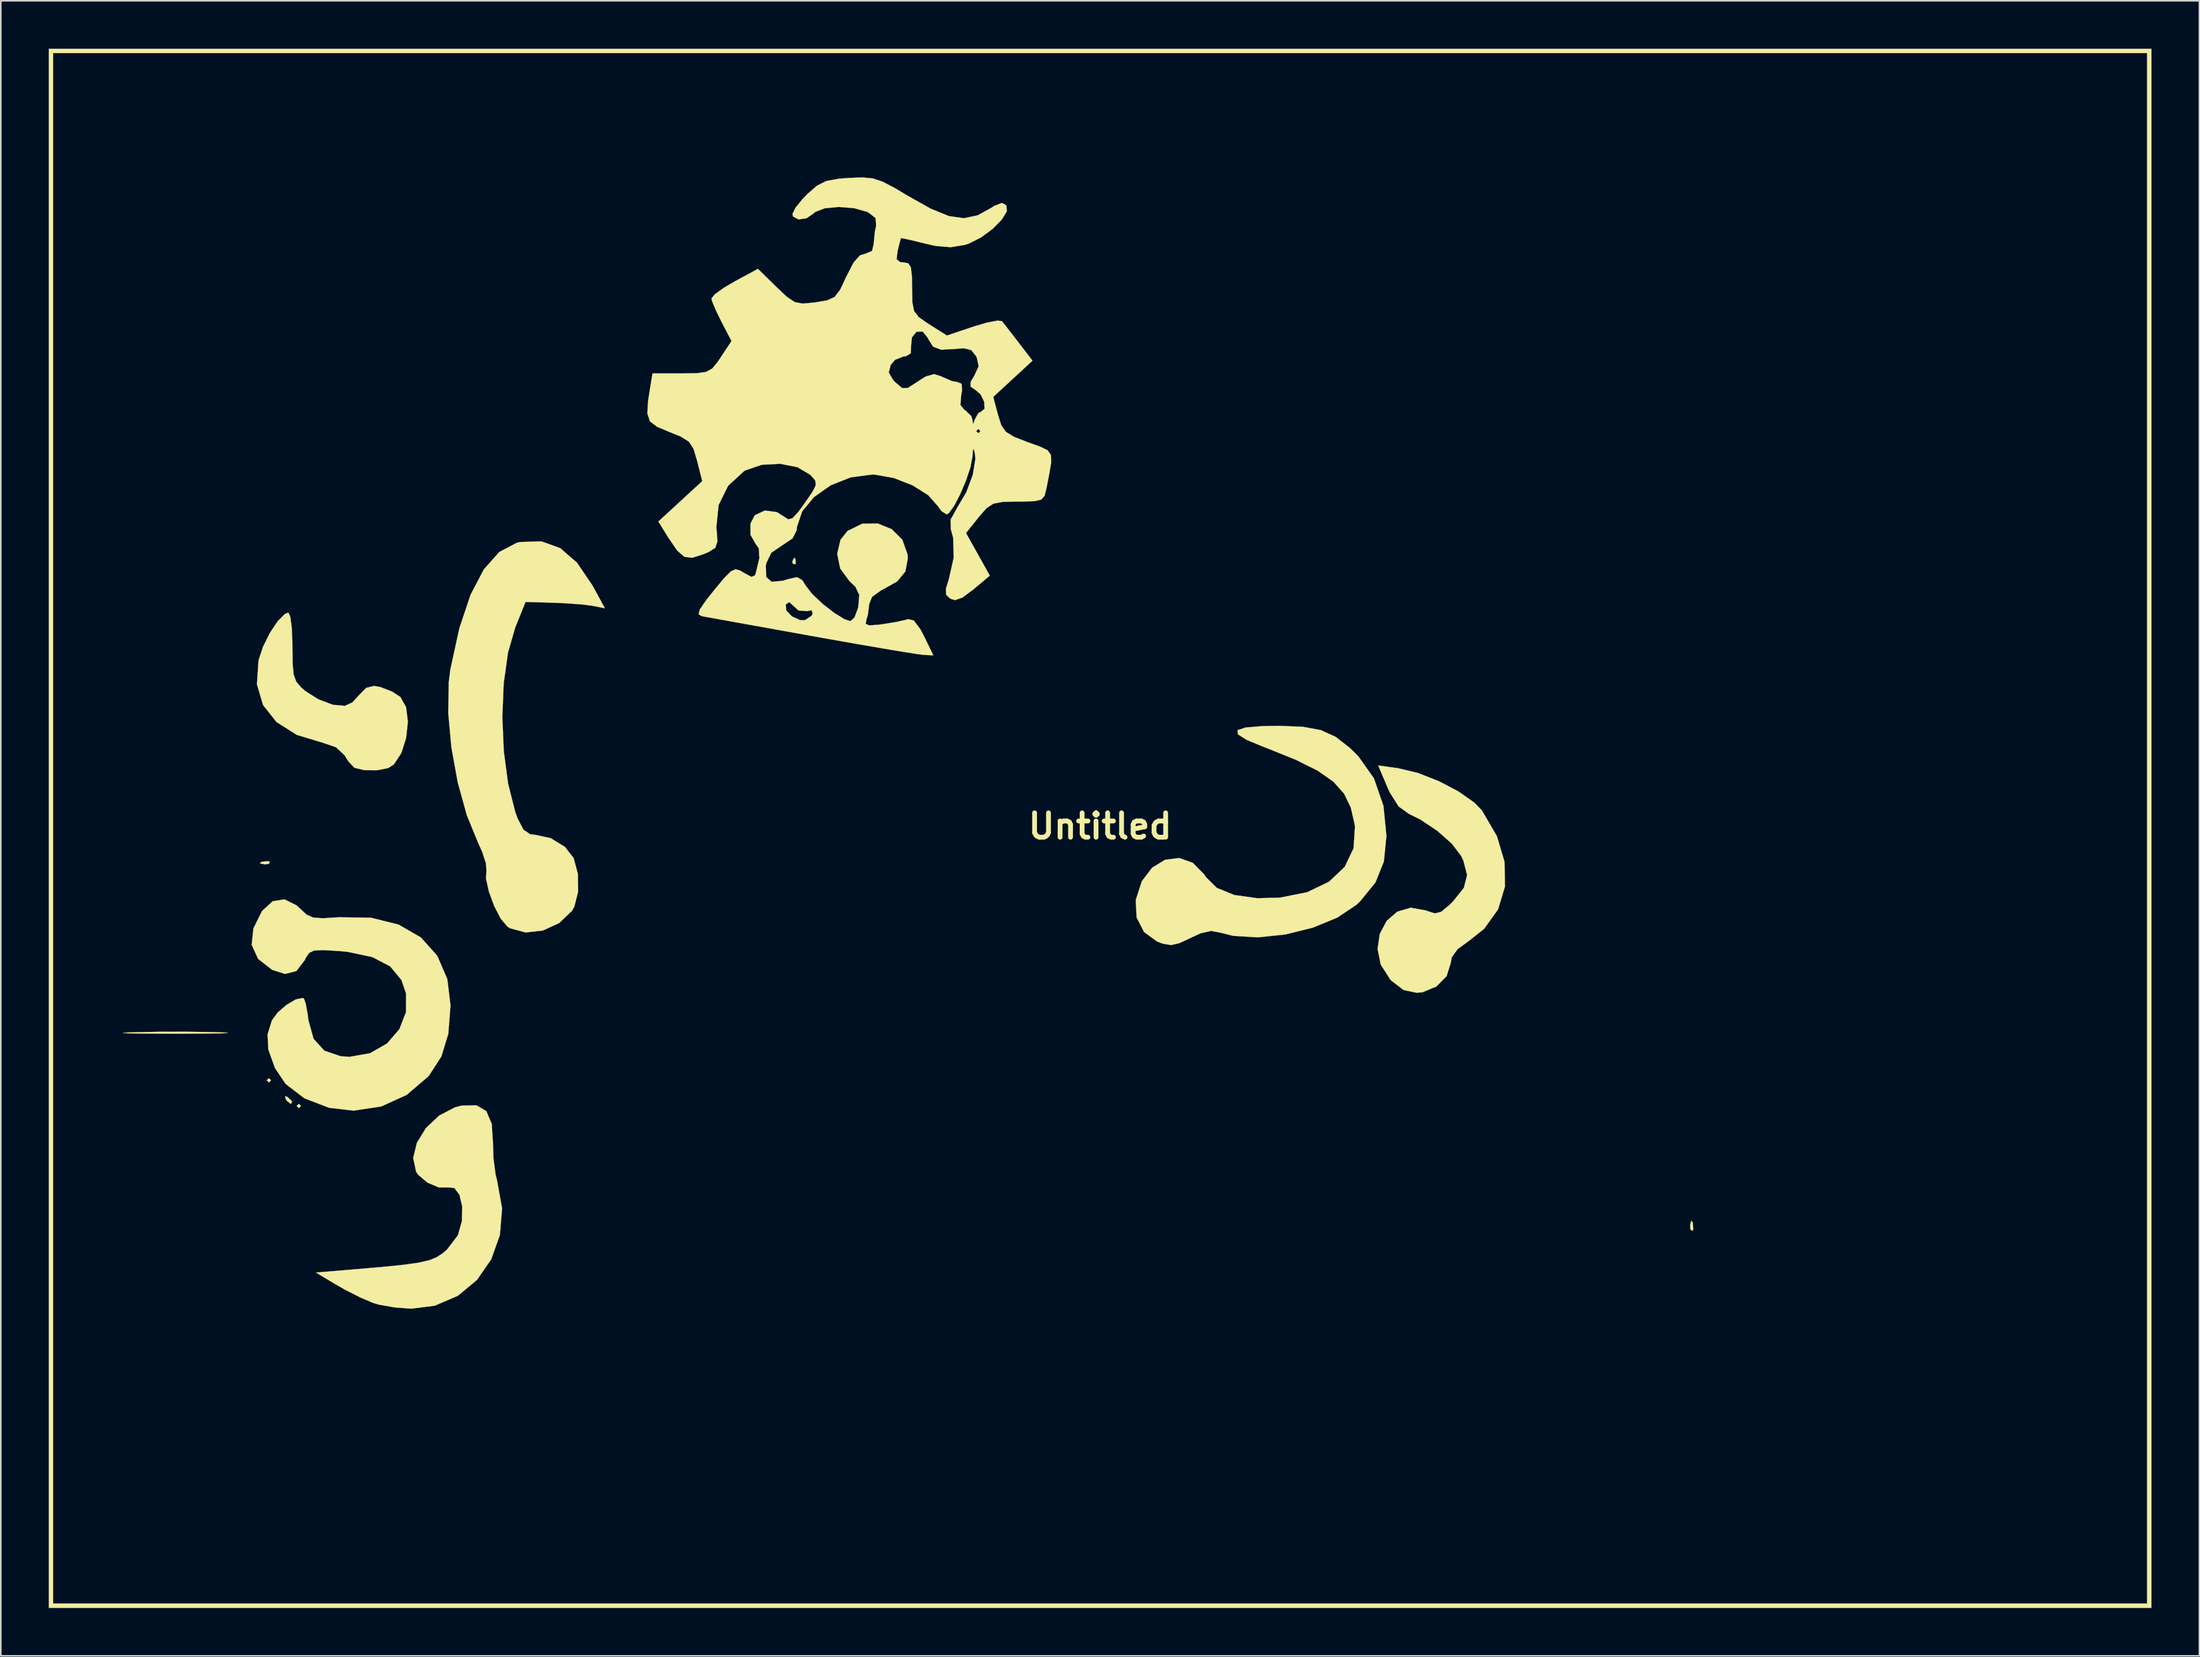
<source format=kicad_pcb>
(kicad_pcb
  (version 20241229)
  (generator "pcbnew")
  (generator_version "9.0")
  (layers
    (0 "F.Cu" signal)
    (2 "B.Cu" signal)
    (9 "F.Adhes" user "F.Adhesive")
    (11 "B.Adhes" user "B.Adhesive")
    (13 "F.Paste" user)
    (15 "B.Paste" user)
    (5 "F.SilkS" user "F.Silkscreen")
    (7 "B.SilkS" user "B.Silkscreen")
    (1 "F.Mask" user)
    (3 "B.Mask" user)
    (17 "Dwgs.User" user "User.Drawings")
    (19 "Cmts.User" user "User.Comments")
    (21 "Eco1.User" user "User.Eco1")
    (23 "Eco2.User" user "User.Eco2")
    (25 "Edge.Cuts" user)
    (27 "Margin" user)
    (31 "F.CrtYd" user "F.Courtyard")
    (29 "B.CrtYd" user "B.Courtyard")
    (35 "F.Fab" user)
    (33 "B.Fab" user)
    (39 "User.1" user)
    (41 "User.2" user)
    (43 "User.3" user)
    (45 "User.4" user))
  (footprint "Untitled"
    (layer "F.Cu")
    (at 65.778 48.666)
    (property "Reference" "Untitled" (at 0 0 0) (layer "F.SilkS") (effects (font (size 1.524 1.524) (thickness 0.3))))
    (attr through_hole)
    (fp_poly (pts (xy -51.869 15.908) (xy -52.003 16.042) (xy -52.137 15.908) (xy -52.003 15.775) (xy -51.869 15.908)) (stroke (width 0.01) (type solid)) (fill yes) (layer "F.SilkS"))
    (fp_poly (pts (xy -49.998 17.513) (xy -50.132 17.646) (xy -50.265 17.513) (xy -50.132 17.379) (xy -49.998 17.513)) (stroke (width 0.01) (type solid)) (fill yes) (layer "F.SilkS"))
    (fp_poly (pts (xy -51.942 2.245) (xy -52.022 2.366) (xy -52.293 2.385) (xy -52.578 2.32) (xy -52.454 2.224) (xy -52.036 2.192) (xy -51.942 2.245)) (stroke (width 0.01) (type solid)) (fill yes) (layer "F.SilkS"))
    (fp_poly (pts (xy -19.072 -16.755) (xy -19.04 -16.438) (xy -19.072 -16.399) (xy -19.231 -16.435) (xy -19.251 -16.577) (xy -19.153 -16.797) (xy -19.072 -16.755)) (stroke (width 0.01) (type solid)) (fill yes) (layer "F.SilkS"))
    (fp_poly (pts (xy 37.079 24.815) (xy 37.111 25.233) (xy 37.058 25.328) (xy 36.937 25.248) (xy 36.918 24.977) (xy 36.983 24.691) (xy 37.079 24.815)) (stroke (width 0.01) (type solid)) (fill yes) (layer "F.SilkS"))
    (fp_poly (pts (xy -50.841 16.952) (xy -50.554 17.222) (xy -50.613 17.376) (xy -50.651 17.379) (xy -50.877 17.189) (xy -50.959 17.07) (xy -50.991 16.887) (xy -50.841 16.952)) (stroke (width 0.01) (type solid)) (fill yes) (layer "F.SilkS"))
    (fp_poly (pts (xy 65.773 48.928) (xy -65.773 48.928) (xy -65.773 -48.394) (xy -65.505 -48.394) (xy -65.505 48.661) (xy 65.505 48.661) (xy 65.505 -48.394) (xy -65.505 -48.394) (xy -65.773 -48.394) (xy -65.773 -48.661) (xy 65.773 -48.661) (xy 65.773 48.928)) (stroke (width 0.01) (type solid)) (fill yes) (layer "F.SilkS"))
    (fp_poly (pts (xy -55.567 12.889) (xy -55.131 12.902) (xy -54.61 12.927) (xy -54.588 12.949) (xy -55.031 12.968) (xy -55.902 12.981) (xy -57.167 12.988) (xy -57.885 12.989) (xy -59.311 12.985) (xy -60.351 12.974) (xy -60.97 12.958) (xy -61.137 12.938) (xy -60.818 12.914) (xy -60.478 12.901) (xy -58.917 12.871) (xy -57.177 12.867) (xy -55.567 12.889)) (stroke (width 0.01) (type solid)) (fill yes) (layer "F.SilkS"))
    (fp_poly (pts (xy -50.668 -13.122) (xy -50.579 -12.469) (xy -50.535 -11.535) (xy -50.533 -11.253) (xy -50.521 -10.183) (xy -50.457 -9.499) (xy -50.297 -9.053) (xy -50 -8.699) (xy -49.723 -8.457) (xy -48.917 -7.946) (xy -48.036 -7.612) (xy -47.956 -7.595) (xy -47.253 -7.532) (xy -46.78 -7.749) (xy -46.406 -8.16) (xy -45.916 -8.658) (xy -45.43 -8.78) (xy -45.031 -8.709) (xy -44.291 -8.422) (xy -43.782 -8.092) (xy -43.421 -7.452) (xy -43.31 -6.538) (xy -43.418 -5.523) (xy -43.717 -4.578) (xy -44.178 -3.877) (xy -44.529 -3.642) (xy -45.232 -3.501) (xy -46.029 -3.506) (xy -46.633 -3.651) (xy -46.683 -3.68) (xy -47.034 -4.061) (xy -47.277 -4.447) (xy -47.807 -4.94) (xy -48.575 -5.205) (xy -50.256 -5.715) (xy -51.53 -6.519) (xy -52.371 -7.585) (xy -52.753 -8.881) (xy -52.653 -10.377) (xy -52.649 -10.393) (xy -52.367 -11.244) (xy -51.937 -12.107) (xy -51.45 -12.837) (xy -50.996 -13.29) (xy -50.786 -13.368) (xy -50.668 -13.122)) (stroke (width 0.01) (type solid)) (fill yes) (layer "F.SilkS"))
    (fp_poly (pts (xy -38.398 17.84) (xy -38.064 18.631) (xy -37.989 19.765) (xy -37.953 20.804) (xy -37.825 21.786) (xy -37.727 22.19) (xy -37.414 23.93) (xy -37.553 25.594) (xy -38.093 27.109) (xy -38.985 28.4) (xy -40.18 29.394) (xy -41.629 30.017) (xy -43.103 30.201) (xy -44.143 30.124) (xy -45.141 29.944) (xy -45.494 29.84) (xy -46.304 29.492) (xy -47.273 28.997) (xy -47.767 28.715) (xy -49.062 27.94) (xy -46.522 27.728) (xy -44.806 27.579) (xy -43.535 27.449) (xy -42.62 27.319) (xy -41.973 27.169) (xy -41.506 26.98) (xy -41.131 26.734) (xy -40.874 26.517) (xy -40.176 25.603) (xy -39.925 24.703) (xy -39.909 23.801) (xy -40.083 23.074) (xy -40.398 22.648) (xy -40.732 22.613) (xy -41.361 22.616) (xy -42.088 22.31) (xy -42.675 21.809) (xy -42.793 21.63) (xy -42.977 20.767) (xy -42.745 19.817) (xy -42.178 18.894) (xy -41.354 18.115) (xy -40.352 17.595) (xy -39.953 17.492) (xy -39.019 17.471) (xy -38.398 17.84)) (stroke (width 0.01) (type solid)) (fill yes) (layer "F.SilkS"))
    (fp_poly (pts (xy 18.66 -3.625) (xy 19.877 -3.333) (xy 21.185 -2.821) (xy 22.419 -2.175) (xy 23.412 -1.477) (xy 23.888 -0.987) (xy 24.827 0.625) (xy 25.305 2.238) (xy 25.328 3.786) (xy 24.901 5.202) (xy 24.032 6.418) (xy 23.145 7.126) (xy 22.371 7.695) (xy 22.003 8.2) (xy 21.934 8.576) (xy 21.68 9.385) (xy 21.043 10.034) (xy 20.172 10.394) (xy 19.808 10.427) (xy 18.99 10.256) (xy 18.231 9.677) (xy 18.155 9.597) (xy 17.561 8.671) (xy 17.359 7.687) (xy 17.498 6.742) (xy 17.925 5.931) (xy 18.586 5.353) (xy 19.429 5.103) (xy 20.401 5.277) (xy 20.496 5.318) (xy 20.947 5.462) (xy 21.339 5.358) (xy 21.847 4.94) (xy 22.08 4.71) (xy 22.757 3.862) (xy 22.963 3.058) (xy 22.725 2.146) (xy 22.583 1.853) (xy 22.005 1.096) (xy 21.099 0.293) (xy 20.036 -0.417) (xy 19.309 -0.778) (xy 18.67 -1.243) (xy 18.122 -2.115) (xy 17.972 -2.448) (xy 17.401 -3.801) (xy 18.66 -3.625)) (stroke (width 0.01) (type solid)) (fill yes) (layer "F.SilkS"))
    (fp_poly (pts (xy -33.778 -17.405) (xy -32.727 -16.494) (xy -31.765 -15.074) (xy -31.723 -14.999) (xy -30.985 -13.643) (xy -31.735 -13.791) (xy -32.404 -13.877) (xy -33.372 -13.951) (xy -34.216 -13.988) (xy -35.946 -14.037) (xy -36.594 -12.433) (xy -37.046 -10.861) (xy -37.314 -8.942) (xy -37.4 -6.83) (xy -37.307 -4.681) (xy -37.036 -2.647) (xy -36.59 -0.884) (xy -36.437 -0.468) (xy -36.077 0.222) (xy -35.654 0.506) (xy -35.384 0.535) (xy -34.377 0.747) (xy -33.482 1.297) (xy -32.938 1.998) (xy -32.67 3) (xy -32.658 4.094) (xy -32.894 5.037) (xy -33.036 5.289) (xy -33.841 6.063) (xy -34.866 6.531) (xy -35.946 6.653) (xy -36.915 6.388) (xy -37.083 6.283) (xy -37.498 5.792) (xy -37.908 5) (xy -38.239 4.099) (xy -38.42 3.283) (xy -38.395 2.783) (xy -38.422 2.332) (xy -38.659 1.607) (xy -38.907 1.059) (xy -39.621 -0.687) (xy -40.19 -2.742) (xy -40.587 -4.934) (xy -40.783 -7.088) (xy -40.75 -9.033) (xy -40.651 -9.809) (xy -40.088 -12.394) (xy -39.388 -14.486) (xy -38.554 -16.079) (xy -37.589 -17.165) (xy -36.498 -17.738) (xy -36.287 -17.787) (xy -34.953 -17.829) (xy -33.778 -17.405)) (stroke (width 0.01) (type solid)) (fill yes) (layer "F.SilkS"))
    (fp_poly (pts (xy 12.675 -6.224) (xy 13.809 -6.014) (xy 14.742 -5.59) (xy 15.636 -4.889) (xy 16.146 -4.388) (xy 17.132 -2.994) (xy 17.728 -1.269) (xy 17.914 0.609) (xy 17.753 2.213) (xy 17.225 3.527) (xy 16.263 4.707) (xy 16.032 4.924) (xy 14.838 5.724) (xy 13.304 6.353) (xy 11.596 6.776) (xy 9.882 6.959) (xy 8.328 6.866) (xy 7.59 6.68) (xy 6.95 6.555) (xy 6.291 6.701) (xy 5.756 6.948) (xy 4.975 7.316) (xy 4.438 7.442) (xy 3.926 7.354) (xy 3.558 7.216) (xy 2.75 6.625) (xy 2.283 5.713) (xy 2.229 4.626) (xy 2.232 4.613) (xy 2.609 3.446) (xy 3.252 2.6) (xy 4.061 2.104) (xy 4.942 1.991) (xy 5.797 2.292) (xy 6.53 3.037) (xy 6.627 3.195) (xy 7.305 3.863) (xy 8.4 4.308) (xy 9.835 4.509) (xy 11.25 4.472) (xy 12.956 4.132) (xy 14.321 3.476) (xy 15.302 2.547) (xy 15.857 1.385) (xy 15.944 0.032) (xy 15.923 -0.127) (xy 15.683 -1.171) (xy 15.263 -2.038) (xy 14.597 -2.786) (xy 13.616 -3.471) (xy 12.255 -4.151) (xy 10.446 -4.882) (xy 10.214 -4.969) (xy 9.16 -5.407) (xy 8.619 -5.751) (xy 8.594 -6.005) (xy 9.089 -6.174) (xy 10.108 -6.263) (xy 11.176 -6.281) (xy 12.675 -6.224)) (stroke (width 0.01) (type solid)) (fill yes) (layer "F.SilkS"))
    (fp_poly (pts (xy -50.256 4.966) (xy -50.015 5.196) (xy -49.638 5.543) (xy -49.231 5.721) (xy -48.63 5.762) (xy -47.669 5.703) (xy -47.629 5.7) (xy -45.613 5.73) (xy -43.891 6.16) (xy -42.5 6.962) (xy -41.471 8.109) (xy -40.841 9.574) (xy -40.641 11.219) (xy -40.78 12.997) (xy -41.217 14.423) (xy -41.987 15.611) (xy -42.033 15.664) (xy -43.384 16.819) (xy -44.98 17.545) (xy -46.71 17.806) (xy -48.236 17.628) (xy -49.788 17.033) (xy -50.962 16.128) (xy -51.628 15.132) (xy -52.038 13.986) (xy -52.088 13.038) (xy -51.817 12.158) (xy -51.454 11.661) (xy -50.904 11.187) (xy -50.33 10.847) (xy -49.896 10.751) (xy -49.808 10.795) (xy -49.697 11.124) (xy -49.577 11.792) (xy -49.53 12.161) (xy -49.208 13.309) (xy -48.538 14.052) (xy -47.507 14.403) (xy -46.954 14.436) (xy -45.675 14.211) (xy -44.617 13.605) (xy -43.845 12.714) (xy -43.426 11.636) (xy -43.422 10.468) (xy -43.719 9.617) (xy -44.421 8.772) (xy -45.533 8.193) (xy -47.087 7.864) (xy -47.646 7.812) (xy -48.606 7.755) (xy -49.174 7.783) (xy -49.491 7.933) (xy -49.696 8.243) (xy -49.761 8.382) (xy -50.282 9.065) (xy -50.996 9.25) (xy -51.799 8.993) (xy -52.681 8.305) (xy -53.081 7.427) (xy -52.976 6.409) (xy -52.969 6.389) (xy -52.434 5.31) (xy -51.771 4.7) (xy -51.029 4.579) (xy -50.256 4.966)) (stroke (width 0.01) (type solid)) (fill yes) (layer "F.SilkS"))
    (fp_poly (pts (xy -14.225 -40.548) (xy -13.608 -40.344) (xy -12.845 -39.945) (xy -12.032 -39.46) (xy -10.601 -38.655) (xy -9.466 -38.191) (xy -8.521 -38.056) (xy -7.659 -38.238) (xy -6.775 -38.724) (xy -6.625 -38.829) (xy -6.141 -39.013) (xy -5.873 -38.866) (xy -5.831 -38.496) (xy -6.152 -37.969) (xy -6.727 -37.386) (xy -7.452 -36.851) (xy -8.22 -36.464) (xy -8.447 -36.391) (xy -9.342 -36.242) (xy -10.281 -36.318) (xy -10.981 -36.477) (xy -11.775 -36.674) (xy -12.314 -36.792) (xy -12.462 -36.808) (xy -12.538 -36.547) (xy -12.667 -36.028) (xy -12.733 -35.497) (xy -12.519 -35.308) (xy -12.304 -35.293) (xy -12.002 -35.235) (xy -11.84 -34.982) (xy -11.774 -34.409) (xy -11.764 -33.692) (xy -11.748 -32.793) (xy -11.64 -32.247) (xy -11.355 -31.871) (xy -10.805 -31.486) (xy -10.673 -31.402) (xy -9.582 -30.713) (xy -7.946 -31.265) (xy -7.083 -31.52) (xy -6.43 -31.645) (xy -6.144 -31.617) (xy -5.897 -31.304) (xy -5.444 -30.72) (xy -5.104 -30.278) (xy -4.23 -29.14) (xy -5.458 -28.005) (xy -6.686 -26.871) (xy -6.386 -25.737) (xy -6.183 -25.099) (xy -5.899 -24.689) (xy -5.393 -24.376) (xy -4.521 -24.033) (xy -4.501 -24.026) (xy -3.744 -23.755) (xy -3.284 -23.532) (xy -3.074 -23.234) (xy -3.064 -22.736) (xy -3.207 -21.916) (xy -3.363 -21.122) (xy -3.474 -20.682) (xy -3.68 -20.443) (xy -4.119 -20.342) (xy -4.926 -20.32) (xy -5.168 -20.32) (xy -6.096 -20.3) (xy -6.679 -20.188) (xy -7.105 -19.909) (xy -7.563 -19.386) (xy -7.604 -19.335) (xy -8.39 -18.35) (xy -7.645 -17.017) (xy -6.901 -15.684) (xy -7.92 -14.828) (xy -8.612 -14.312) (xy -9.08 -14.151) (xy -9.372 -14.241) (xy -9.634 -14.488) (xy -9.648 -14.867) (xy -9.459 -15.477) (xy -9.159 -16.81) (xy -9.194 -18.06) (xy -9.338 -18.582) (xy -9.354 -19.189) (xy -8.951 -19.919) (xy -8.368 -20.91) (xy -7.964 -21.999) (xy -7.805 -22.979) (xy -7.832 -23.323) (xy -7.915 -23.645) (xy -7.965 -23.475) (xy -7.987 -23.127) (xy -8.111 -22.473) (xy -8.388 -21.642) (xy -8.75 -20.786) (xy -9.131 -20.054) (xy -9.462 -19.597) (xy -9.604 -19.518) (xy -9.93 -19.727) (xy -10.156 -20.044) (xy -10.763 -20.726) (xy -11.732 -21.335) (xy -12.889 -21.789) (xy -14.06 -22.004) (xy -14.258 -22.011) (xy -15.601 -21.837) (xy -16.85 -21.342) (xy -17.898 -20.604) (xy -18.642 -19.701) (xy -18.975 -18.711) (xy -18.983 -18.533) (xy -19.236 -18.021) (xy -19.886 -17.582) (xy -20.574 -17.115) (xy -20.883 -16.471) (xy -20.912 -16.305) (xy -20.894 -15.601) (xy -20.549 -15.295) (xy -19.843 -15.364) (xy -19.553 -15.455) (xy -18.975 -15.591) (xy -18.634 -15.402) (xy -18.426 -15.065) (xy -18.015 -14.535) (xy -17.366 -13.922) (xy -16.635 -13.352) (xy -15.981 -12.95) (xy -15.618 -12.834) (xy -15.364 -13.068) (xy -15.15 -13.644) (xy -15.124 -13.772) (xy -15.067 -14.477) (xy -15.304 -14.976) (xy -15.682 -15.341) (xy -16.26 -16.129) (xy -16.449 -17.049) (xy -16.241 -17.931) (xy -15.799 -18.483) (xy -14.884 -18.933) (xy -13.92 -18.95) (xy -13.039 -18.594) (xy -12.37 -17.925) (xy -12.044 -17.002) (xy -12.032 -16.764) (xy -12.184 -15.944) (xy -12.699 -15.317) (xy -13.661 -14.781) (xy -13.703 -14.763) (xy -14.273 -14.349) (xy -14.438 -13.931) (xy -14.532 -13.229) (xy -14.616 -12.947) (xy -14.666 -12.669) (xy -14.451 -12.569) (xy -13.856 -12.611) (xy -13.602 -12.645) (xy -12.781 -12.779) (xy -12.146 -12.918) (xy -12.009 -12.962) (xy -11.653 -12.873) (xy -11.239 -12.319) (xy -11.022 -11.905) (xy -10.434 -10.695) (xy -11.032 -10.723) (xy -11.456 -10.777) (xy -12.325 -10.914) (xy -13.559 -11.12) (xy -15.078 -11.381) (xy -16.801 -11.685) (xy -18.047 -11.908) (xy -19.855 -12.233) (xy -21.504 -12.531) (xy -22.916 -12.785) (xy -24.013 -12.983) (xy -24.717 -13.11) (xy -24.932 -13.149) (xy -25.118 -13.265) (xy -25.048 -13.555) (xy -24.831 -13.879) (xy -19.667 -13.879) (xy -19.639 -13.507) (xy -19.28 -13.13) (xy -18.771 -12.9) (xy -18.476 -12.893) (xy -18.057 -13.162) (xy -17.98 -13.302) (xy -18.05 -13.517) (xy -18.331 -13.459) (xy -18.873 -13.504) (xy -19.13 -13.742) (xy -19.449 -14.03) (xy -19.667 -13.879) (xy -24.831 -13.879) (xy -24.684 -14.097) (xy -24.163 -14.756) (xy -23.52 -15.532) (xy -23.101 -15.953) (xy -22.797 -16.085) (xy -22.5 -15.991) (xy -22.295 -15.864) (xy -21.82 -15.609) (xy -21.599 -15.693) (xy -21.55 -15.813) (xy -21.317 -16.778) (xy -21.35 -17.385) (xy -21.551 -17.669) (xy -21.871 -18.235) (xy -21.872 -18.947) (xy -21.603 -19.464) (xy -20.971 -19.76) (xy -20.224 -19.66) (xy -19.789 -19.387) (xy -19.509 -19.205) (xy -19.237 -19.283) (xy -18.864 -19.693) (xy -18.476 -20.228) (xy -17.991 -20.935) (xy -17.784 -21.358) (xy -17.827 -21.647) (xy -18.092 -21.954) (xy -18.137 -21.999) (xy -18.943 -22.474) (xy -20.019 -22.685) (xy -21.167 -22.623) (xy -22.185 -22.275) (xy -22.28 -22.22) (xy -23.273 -21.309) (xy -23.868 -20.104) (xy -24.01 -18.724) (xy -23.994 -18.559) (xy -23.942 -17.829) (xy -24.073 -17.429) (xy -24.495 -17.16) (xy -24.833 -17.02) (xy -25.511 -16.804) (xy -26.007 -16.859) (xy -26.459 -17.25) (xy -27.004 -18.047) (xy -27.051 -18.122) (xy -27.638 -19.073) (xy -26.265 -20.335) (xy -24.892 -21.598) (xy -25.213 -22.87) (xy -25.435 -23.616) (xy -25.727 -24.069) (xy -26.246 -24.394) (xy -26.937 -24.673) (xy -27.077 -24.732) (xy -7.754 -24.732) (xy -7.62 -24.598) (xy -7.486 -24.732) (xy -7.62 -24.865) (xy -7.754 -24.732) (xy -27.077 -24.732) (xy -27.722 -25.002) (xy -28.164 -25.342) (xy -28.328 -25.835) (xy -28.28 -26.621) (xy -28.169 -27.338) (xy -28.004 -28.341) (xy -26.203 -28.341) (xy -25.239 -28.353) (xy -24.887 -28.402) (xy -13.222 -28.402) (xy -12.956 -27.935) (xy -12.82 -27.793) (xy -12.383 -27.422) (xy -12.036 -27.426) (xy -11.678 -27.657) (xy -10.923 -28.146) (xy -10.39 -28.298) (xy -9.924 -28.154) (xy -9.861 -28.116) (xy -9.262 -27.859) (xy -8.939 -27.806) (xy -8.659 -27.691) (xy -8.64 -27.26) (xy -8.69 -27.004) (xy -8.74 -26.37) (xy -8.497 -26.063) (xy -8.443 -26.04) (xy -8.056 -25.668) (xy -7.99 -25.438) (xy -7.947 -25.161) (xy -7.856 -25.396) (xy -7.837 -25.467) (xy -7.617 -25.863) (xy -7.467 -25.935) (xy -7.231 -26.123) (xy -7.247 -26.553) (xy -7.471 -27.019) (xy -7.754 -27.272) (xy -8.108 -27.518) (xy -8.096 -27.818) (xy -7.868 -28.199) (xy -7.599 -28.789) (xy -7.711 -29.326) (xy -7.761 -29.424) (xy -8.068 -29.807) (xy -8.542 -29.919) (xy -9.083 -29.873) (xy -9.941 -29.825) (xy -10.446 -30.012) (xy -10.754 -30.498) (xy -10.78 -30.567) (xy -11.101 -30.964) (xy -11.488 -30.95) (xy -11.774 -30.594) (xy -11.821 -30.136) (xy -11.848 -29.597) (xy -12.152 -29.416) (xy -12.279 -29.411) (xy -12.826 -29.195) (xy -13.098 -28.882) (xy -13.222 -28.402) (xy -24.887 -28.402) (xy -24.647 -28.435) (xy -24.261 -28.653) (xy -23.918 -29.075) (xy -23.731 -29.355) (xy -23.06 -30.369) (xy -23.683 -31.561) (xy -24.046 -32.303) (xy -24.277 -32.864) (xy -24.318 -33.029) (xy -24.107 -33.292) (xy -23.546 -33.698) (xy -22.869 -34.097) (xy -21.408 -34.887) (xy -20.25 -33.751) (xy -19.584 -33.124) (xy -19.098 -32.803) (xy -18.599 -32.713) (xy -17.894 -32.779) (xy -17.802 -32.791) (xy -17.064 -32.918) (xy -16.607 -33.133) (xy -16.271 -33.57) (xy -15.895 -34.363) (xy -15.879 -34.398) (xy -15.423 -35.288) (xy -15.019 -35.735) (xy -14.709 -35.827) (xy -14.27 -36.002) (xy -14.167 -36.429) (xy -14.095 -37.192) (xy -14.015 -37.581) (xy -14.045 -38.066) (xy -14.512 -38.425) (xy -14.566 -38.45) (xy -15.394 -38.687) (xy -16.345 -38.763) (xy -17.222 -38.681) (xy -17.828 -38.448) (xy -17.914 -38.367) (xy -18.365 -38.055) (xy -18.867 -37.981) (xy -19.207 -38.155) (xy -19.251 -38.315) (xy -19.071 -38.693) (xy -18.615 -39.261) (xy -18.313 -39.572) (xy -17.71 -40.095) (xy -17.13 -40.386) (xy -16.361 -40.529) (xy -15.706 -40.579) (xy -14.867 -40.609) (xy -14.225 -40.548)) (stroke (width 0.01) (type solid)) (fill yes) (layer "F.SilkS")))
  (gr_rect
    (start -3 -3)
    (end 134.555 100.599)
    (stroke (width 0.1) (type default))
    (fill no)
    (layer "Edge.Cuts")))
</source>
